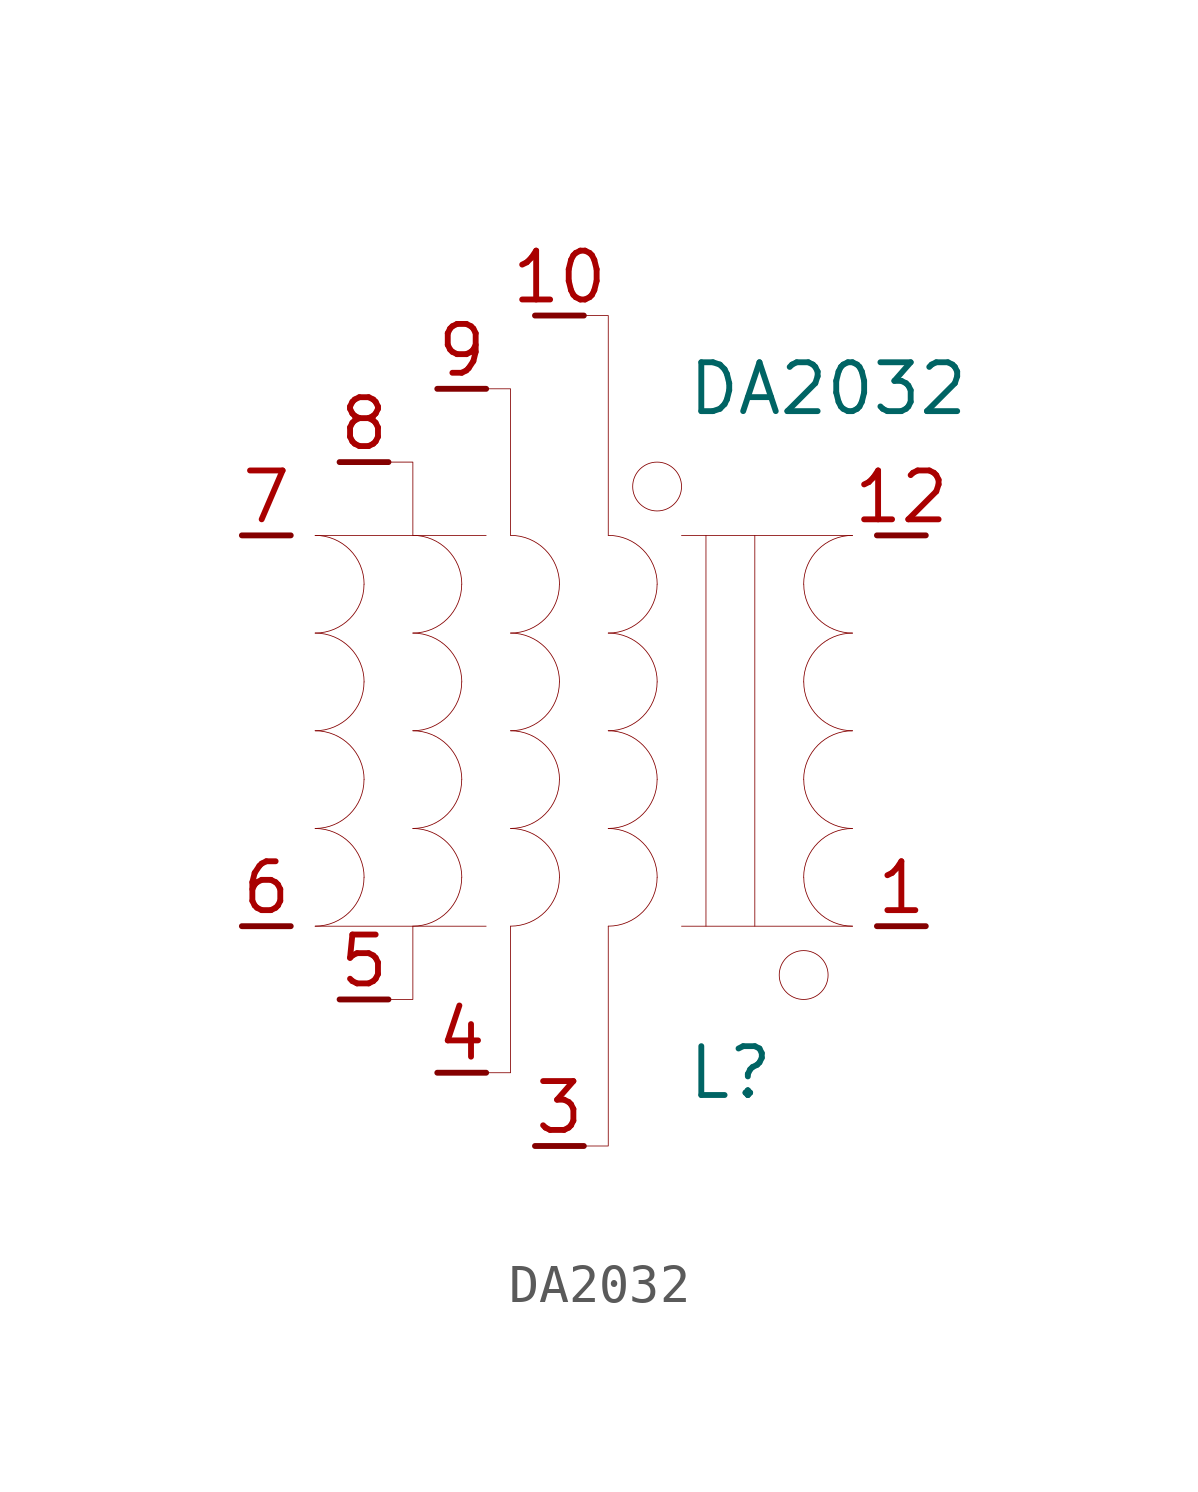
<source format=kicad_sym>
(kicad_symbol_lib
  (version 20211014)
  (generator kicad_symbol_editor)
  (symbol "DA2032"
    (pin_names
      (offset 1.016))
    (property "Reference" "L"
      (at 3.81 -8.89 0)
      (effects (font (size 1.27 1.27))))
    (property "Value" "DA2032"
      (at 6.35 8.89 0)
      (effects (font (size 1.27 1.27))))
    (symbol "DA2032_0_1"
      (arc (start -6.985 -5.08) (mid -6.087 -4.708) (end -5.715 -3.81) (stroke (width 0.0006) (type default) (color 0 0 0 0)) (fill (type none)))
      (arc (start -6.985 -2.54) (mid -6.087 -2.168) (end -5.715 -1.27) (stroke (width 0.0006) (type default) (color 0 0 0 0)) (fill (type none)))
      (arc (start -6.985 0) (mid -6.087 0.372) (end -5.715 1.27) (stroke (width 0.0006) (type default) (color 0 0 0 0)) (fill (type none)))
      (arc (start -6.985 2.54) (mid -6.087 2.912) (end -5.715 3.81) (stroke (width 0.0006) (type default) (color 0 0 0 0)) (fill (type none)))
      (arc (start -5.715 -3.81) (mid -6.087 -2.912) (end -6.985 -2.54) (stroke (width 0.0006) (type default) (color 0 0 0 0)) (fill (type none)))
      (arc (start -5.715 -1.27) (mid -6.087 -0.372) (end -6.985 0) (stroke (width 0.0006) (type default) (color 0 0 0 0)) (fill (type none)))
      (arc (start -5.715 1.27) (mid -6.087 2.168) (end -6.985 2.54) (stroke (width 0.0006) (type default) (color 0 0 0 0)) (fill (type none)))
      (arc (start -5.715 3.81) (mid -6.087 4.708) (end -6.985 5.08) (stroke (width 0.0006) (type default) (color 0 0 0 0)) (fill (type none)))
      (arc (start -4.445 -5.08) (mid -3.547 -4.708) (end -3.175 -3.81) (stroke (width 0.0006) (type default) (color 0 0 0 0)) (fill (type none)))
      (arc (start -4.445 -2.54) (mid -3.547 -2.168) (end -3.175 -1.27) (stroke (width 0.0006) (type default) (color 0 0 0 0)) (fill (type none)))
      (arc (start -4.445 0) (mid -3.547 0.372) (end -3.175 1.27) (stroke (width 0.0006) (type default) (color 0 0 0 0)) (fill (type none)))
      (arc (start -4.445 2.54) (mid -3.547 2.912) (end -3.175 3.81) (stroke (width 0.0006) (type default) (color 0 0 0 0)) (fill (type none)))
      (arc (start -3.175 -3.81) (mid -3.547 -2.912) (end -4.445 -2.54) (stroke (width 0.0006) (type default) (color 0 0 0 0)) (fill (type none)))
      (arc (start -3.175 -1.27) (mid -3.547 -0.372) (end -4.445 0) (stroke (width 0.0006) (type default) (color 0 0 0 0)) (fill (type none)))
      (arc (start -3.175 1.27) (mid -3.547 2.168) (end -4.445 2.54) (stroke (width 0.0006) (type default) (color 0 0 0 0)) (fill (type none)))
      (arc (start -3.175 3.81) (mid -3.547 4.708) (end -4.445 5.08) (stroke (width 0.0006) (type default) (color 0 0 0 0)) (fill (type none)))
      (arc (start -1.905 -5.08) (mid -1.007 -4.708) (end -0.635 -3.81) (stroke (width 0.0006) (type default) (color 0 0 0 0)) (fill (type none)))
      (arc (start -1.905 -2.54) (mid -1.007 -2.168) (end -0.635 -1.27) (stroke (width 0.0006) (type default) (color 0 0 0 0)) (fill (type none)))
      (arc (start -1.905 0) (mid -1.007 0.372) (end -0.635 1.27) (stroke (width 0.0006) (type default) (color 0 0 0 0)) (fill (type none)))
      (arc (start -1.905 2.54) (mid -1.007 2.912) (end -0.635 3.81) (stroke (width 0.0006) (type default) (color 0 0 0 0)) (fill (type none)))
      (arc (start -0.635 -3.81) (mid -1.007 -2.912) (end -1.905 -2.54) (stroke (width 0.0006) (type default) (color 0 0 0 0)) (fill (type none)))
      (arc (start -0.635 -1.27) (mid -1.007 -0.372) (end -1.905 0) (stroke (width 0.0006) (type default) (color 0 0 0 0)) (fill (type none)))
      (arc (start -0.635 1.27) (mid -1.007 2.168) (end -1.905 2.54) (stroke (width 0.0006) (type default) (color 0 0 0 0)) (fill (type none)))
      (arc (start -0.635 3.81) (mid -1.007 4.708) (end -1.905 5.08) (stroke (width 0.0006) (type default) (color 0 0 0 0)) (fill (type none)))
      (polyline (pts (xy -6.985 -5.08) (xy -2.54 -5.08)) (stroke (width 0.001) (type default) (color 0 0 0 0)) (fill (type none)))
      (polyline (pts (xy -6.985 5.08) (xy -2.54 5.08)) (stroke (width 0.001) (type default) (color 0 0 0 0)) (fill (type none)))
      (polyline (pts (xy 3.175 5.08) (xy 3.175 -5.08)) (stroke (width 0.001) (type default) (color 0 0 0 0)) (fill (type none)))
      (polyline (pts (xy 4.445 -5.08) (xy 4.445 5.08)) (stroke (width 0.001) (type default) (color 0 0 0 0)) (fill (type none)))
      (polyline (pts (xy 6.985 -5.08) (xy 2.54 -5.08)) (stroke (width 0.001) (type default) (color 0 0 0 0)) (fill (type none)))
      (polyline (pts (xy 6.985 5.08) (xy 2.54 5.08)) (stroke (width 0.001) (type default) (color 0 0 0 0)) (fill (type none)))
      (polyline (pts (xy -5.08 6.985) (xy -4.445 6.985) (xy -4.445 5.08)) (stroke (width 0.001) (type default) (color 0 0 0 0)) (fill (type none)))
      (polyline (pts (xy -4.445 -5.08) (xy -4.445 -6.985) (xy -5.08 -6.985)) (stroke (width 0.001) (type default) (color 0 0 0 0)) (fill (type none)))
      (polyline (pts (xy -2.54 8.89) (xy -1.905 8.89) (xy -1.905 5.08)) (stroke (width 0.001) (type default) (color 0 0 0 0)) (fill (type none)))
      (polyline (pts (xy -1.905 -5.08) (xy -1.905 -8.89) (xy -2.54 -8.89)) (stroke (width 0.001) (type default) (color 0 0 0 0)) (fill (type none)))
      (polyline (pts (xy 0 10.795) (xy 0.635 10.795) (xy 0.635 5.08)) (stroke (width 0.001) (type default) (color 0 0 0 0)) (fill (type none)))
      (polyline (pts (xy 0.635 -5.08) (xy 0.635 -10.795) (xy 0 -10.795)) (stroke (width 0.001) (type default) (color 0 0 0 0)) (fill (type none)))
      (arc (start 0.635 -5.08) (mid 1.533 -4.708) (end 1.905 -3.81) (stroke (width 0.0006) (type default) (color 0 0 0 0)) (fill (type none)))
      (arc (start 0.635 -2.54) (mid 1.533 -2.168) (end 1.905 -1.27) (stroke (width 0.0006) (type default) (color 0 0 0 0)) (fill (type none)))
      (arc (start 0.635 0) (mid 1.533 0.372) (end 1.905 1.27) (stroke (width 0.0006) (type default) (color 0 0 0 0)) (fill (type none)))
      (arc (start 0.635 2.54) (mid 1.533 2.912) (end 1.905 3.81) (stroke (width 0.0006) (type default) (color 0 0 0 0)) (fill (type none)))
      (arc (start 1.905 -3.81) (mid 1.533 -2.912) (end 0.635 -2.54) (stroke (width 0.0006) (type default) (color 0 0 0 0)) (fill (type none)))
      (arc (start 1.905 -1.27) (mid 1.533 -0.372) (end 0.635 0) (stroke (width 0.0006) (type default) (color 0 0 0 0)) (fill (type none)))
      (arc (start 1.905 1.27) (mid 1.533 2.168) (end 0.635 2.54) (stroke (width 0.0006) (type default) (color 0 0 0 0)) (fill (type none)))
      (arc (start 1.905 3.81) (mid 1.533 4.708) (end 0.635 5.08) (stroke (width 0.0006) (type default) (color 0 0 0 0)) (fill (type none)))
      (circle (center 1.905 6.35) (radius 0.635) (stroke (width 0.001) (type default) (color 0 0 0 0)) (fill (type none)))
      (circle (center 5.715 -6.35) (radius 0.635) (stroke (width 0.001) (type default) (color 0 0 0 0)) (fill (type none)))
      (arc (start 5.715 -3.81) (mid 6.087 -4.708) (end 6.985 -5.08) (stroke (width 0.0006) (type default) (color 0 0 0 0)) (fill (type none)))
      (arc (start 5.715 -1.27) (mid 6.087 -2.168) (end 6.985 -2.54) (stroke (width 0.0006) (type default) (color 0 0 0 0)) (fill (type none)))
      (arc (start 5.715 1.27) (mid 6.087 0.372) (end 6.985 0) (stroke (width 0.0006) (type default) (color 0 0 0 0)) (fill (type none)))
      (arc (start 5.715 3.81) (mid 6.087 2.912) (end 6.985 2.54) (stroke (width 0.0006) (type default) (color 0 0 0 0)) (fill (type none)))
      (arc (start 6.985 -2.54) (mid 6.087 -2.912) (end 5.715 -3.81) (stroke (width 0.0006) (type default) (color 0 0 0 0)) (fill (type none)))
      (arc (start 6.985 0) (mid 6.087 -0.372) (end 5.715 -1.27) (stroke (width 0.0006) (type default) (color 0 0 0 0)) (fill (type none)))
      (arc (start 6.985 2.54) (mid 6.087 2.168) (end 5.715 1.27) (stroke (width 0.0006) (type default) (color 0 0 0 0)) (fill (type none)))
      (arc (start 6.985 5.08) (mid 6.087 4.708) (end 5.715 3.81) (stroke (width 0.0006) (type default) (color 0 0 0 0)) (fill (type none))))
    (symbol "DA2032_1_1"
      (pin input line (at 8.89 -5.08 180) (length 1.27) (name "" (effects (font (size 1.27 1.27)))) (number "1" (effects (font (size 1.27 1.27)))))
      (pin input line (at -1.27 10.795 0) (length 1.27) (name "" (effects (font (size 1.27 1.27)))) (number "10" (effects (font (size 1.27 1.27)))))
      (pin input line (at 8.89 5.08 180) (length 1.27) (name "" (effects (font (size 1.27 1.27)))) (number "12" (effects (font (size 1.27 1.27)))))
      (pin input line (at -1.27 -10.795 0) (length 1.27) (name "" (effects (font (size 1.27 1.27)))) (number "3" (effects (font (size 1.27 1.27)))))
      (pin input line (at -3.81 -8.89 0) (length 1.27) (name "" (effects (font (size 1.27 1.27)))) (number "4" (effects (font (size 1.27 1.27)))))
      (pin input line (at -6.35 -6.985 0) (length 1.27) (name "" (effects (font (size 1.27 1.27)))) (number "5" (effects (font (size 1.27 1.27)))))
      (pin input line (at -8.89 -5.08 0) (length 1.27) (name "" (effects (font (size 1.27 1.27)))) (number "6" (effects (font (size 1.27 1.27)))))
      (pin input line (at -8.89 5.08 0) (length 1.27) (name "" (effects (font (size 1.27 1.27)))) (number "7" (effects (font (size 1.27 1.27)))))
      (pin input line (at -6.35 6.985 0) (length 1.27) (name "" (effects (font (size 1.27 1.27)))) (number "8" (effects (font (size 1.27 1.27)))))
      (pin input line (at -3.81 8.89 0) (length 1.27) (name "" (effects (font (size 1.27 1.27)))) (number "9" (effects (font (size 1.27 1.27))))))))
</source>
